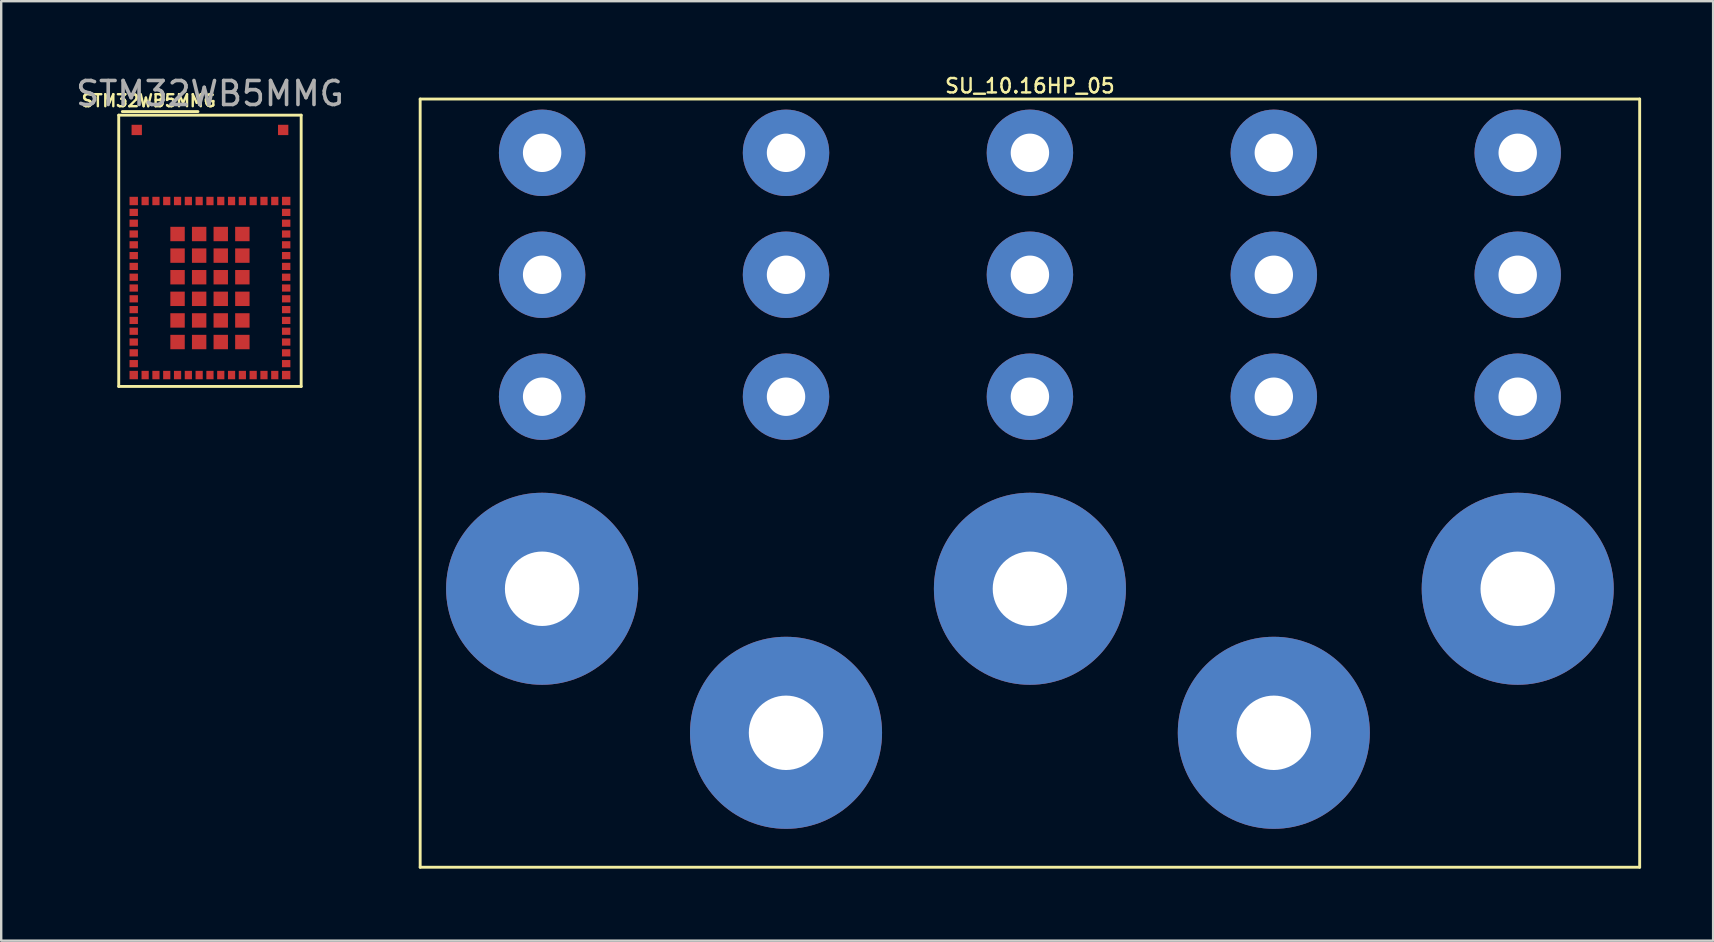
<source format=kicad_pcb>
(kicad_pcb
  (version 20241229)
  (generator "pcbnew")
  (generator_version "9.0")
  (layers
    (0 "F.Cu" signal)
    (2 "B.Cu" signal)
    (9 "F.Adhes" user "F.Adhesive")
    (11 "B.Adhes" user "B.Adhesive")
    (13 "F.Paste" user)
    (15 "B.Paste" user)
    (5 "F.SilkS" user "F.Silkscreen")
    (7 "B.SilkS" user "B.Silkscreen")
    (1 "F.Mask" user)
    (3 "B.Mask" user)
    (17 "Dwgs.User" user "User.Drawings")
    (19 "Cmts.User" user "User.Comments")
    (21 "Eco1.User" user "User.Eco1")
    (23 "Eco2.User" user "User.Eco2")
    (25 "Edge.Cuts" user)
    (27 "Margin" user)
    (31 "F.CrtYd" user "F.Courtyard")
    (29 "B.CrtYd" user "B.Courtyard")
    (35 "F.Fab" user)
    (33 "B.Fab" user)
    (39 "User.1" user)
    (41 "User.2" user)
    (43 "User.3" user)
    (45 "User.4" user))
  (footprint "SU_10.16HP_05"
    (layer "F.Cu")
    (at 39.853 13.476)
    (property "Reference" "SU_10.16HP_05" (at 0 -12.95 0) (layer "F.SilkS") (effects (font (size 0.6 0.6) (thickness 0.1))))
    (attr through_hole)
    (fp_line (start -25.4 -12.4) (end -25.4 19.6) (stroke (width 0.12) (type solid)) (layer "F.SilkS"))
    (fp_line (start -25.4 -12.4) (end 25.4 -12.4) (stroke (width 0.12) (type solid)) (layer "F.SilkS"))
    (fp_line (start -25.4 19.6) (end 25.4 19.6) (stroke (width 0.12) (type solid)) (layer "F.SilkS"))
    (fp_line (start 25.4 -12.4) (end 25.4 19.6) (stroke (width 0.12) (type solid)) (layer "F.SilkS"))
    (pad "1" thru_hole circle (at -20.32 -10.16) (size 3.6 3.6) (drill 1.6) (layers "*.Cu" "*.Mask"))
    (pad "1" thru_hole circle (at -20.32 -5.08) (size 3.6 3.6) (drill 1.6) (layers "*.Cu" "*.Mask"))
    (pad "1" thru_hole circle (at -20.32 0) (size 3.6 3.6) (drill 1.6) (layers "*.Cu" "*.Mask"))
    (pad "1" thru_hole circle (at -20.32 8) (size 8 8) (drill 3.1) (layers "*.Cu" "*.Mask"))
    (pad "2" thru_hole circle (at -10.16 -10.16) (size 3.6 3.6) (drill 1.6) (layers "*.Cu" "*.Mask"))
    (pad "2" thru_hole circle (at -10.16 -5.08) (size 3.6 3.6) (drill 1.6) (layers "*.Cu" "*.Mask"))
    (pad "2" thru_hole circle (at -10.16 0) (size 3.6 3.6) (drill 1.6) (layers "*.Cu" "*.Mask"))
    (pad "2" thru_hole circle (at -10.16 14) (size 8 8) (drill 3.1) (layers "*.Cu" "*.Mask"))
    (pad "3" thru_hole circle (at 0 -10.16) (size 3.6 3.6) (drill 1.6) (layers "*.Cu" "*.Mask"))
    (pad "3" thru_hole circle (at 0 -5.08) (size 3.6 3.6) (drill 1.6) (layers "*.Cu" "*.Mask"))
    (pad "3" thru_hole circle (at 0 0) (size 3.6 3.6) (drill 1.6) (layers "*.Cu" "*.Mask"))
    (pad "3" thru_hole circle (at 0 8) (size 8 8) (drill 3.1) (layers "*.Cu" "*.Mask"))
    (pad "4" thru_hole circle (at 10.16 -10.16) (size 3.6 3.6) (drill 1.6) (layers "*.Cu" "*.Mask"))
    (pad "4" thru_hole circle (at 10.16 -5.08) (size 3.6 3.6) (drill 1.6) (layers "*.Cu" "*.Mask"))
    (pad "4" thru_hole circle (at 10.16 0) (size 3.6 3.6) (drill 1.6) (layers "*.Cu" "*.Mask"))
    (pad "4" thru_hole circle (at 10.16 14) (size 8 8) (drill 3.1) (layers "*.Cu" "*.Mask"))
    (pad "5" thru_hole circle (at 20.32 -10.16) (size 3.6 3.6) (drill 1.6) (layers "*.Cu" "*.Mask"))
    (pad "5" thru_hole circle (at 20.32 -5.08) (size 3.6 3.6) (drill 1.6) (layers "*.Cu" "*.Mask"))
    (pad "5" thru_hole circle (at 20.32 0) (size 3.6 3.6) (drill 1.6) (layers "*.Cu" "*.Mask"))
    (pad "5" thru_hole circle (at 20.32 8) (size 8 8) (drill 3.1) (layers "*.Cu" "*.Mask")))
  (footprint "STM32WB5MMG"
    (layer "F.Cu")
    (at 5.696 1.898)
    (property "Reference" "STM32WB5MMG" (at -2.55 -0.75 0) (unlocked yes) (layer "F.SilkS") (effects (font (size 0.5 0.5) (thickness 0.1))))
    (attr smd)
    (fp_line (start -3.8 -0.15) (end 3.8 -0.15) (stroke (width 0.12) (type solid)) (layer "F.SilkS"))
    (fp_line (start -3.8 11.15) (end -3.8 -0.15) (stroke (width 0.12) (type solid)) (layer "F.SilkS"))
    (fp_line (start -3.65 -0.3) (end -0.5 -0.3) (stroke (width 0.12) (type solid)) (layer "F.SilkS"))
    (fp_line (start 3.8 -0.15) (end 3.8 11.15) (stroke (width 0.12) (type solid)) (layer "F.SilkS"))
    (fp_line (start 3.8 11.15) (end -3.8 11.15) (stroke (width 0.12) (type solid)) (layer "F.SilkS"))
    (fp_line (start -3.65 0) (end -3.65 11) (stroke (width 0.12) (type solid)) (layer "Eco1.User"))
    (fp_line (start -3.65 0) (end 3.65 0) (stroke (width 0.12) (type solid)) (layer "Eco1.User"))
    (fp_line (start -3.65 11) (end 3.65 11) (stroke (width 0.12) (type solid)) (layer "Eco1.User"))
    (fp_line (start 3.65 0) (end 3.65 11) (stroke (width 0.12) (type solid)) (layer "Eco1.User"))
    (fp_text user "${REFERENCE}" (at 0 -1.05 0) (unlocked yes) (layer "F.Fab") (effects (font (size 1 1) (thickness 0.15))))
    (pad "1" smd rect (at -3.175 3.425) (size 0.35 0.35) (layers "F.Cu" "F.Mask" "F.Paste"))
    (pad "2" smd rect (at -3.175 3.9 90) (size 0.3 0.35) (layers "F.Cu" "F.Mask" "F.Paste"))
    (pad "3" smd rect (at -3.175 4.35 90) (size 0.3 0.35) (layers "F.Cu" "F.Mask" "F.Paste"))
    (pad "4" smd rect (at -3.175 4.8 90) (size 0.3 0.35) (layers "F.Cu" "F.Mask" "F.Paste"))
    (pad "5" smd rect (at -3.175 5.25 90) (size 0.3 0.35) (layers "F.Cu" "F.Mask" "F.Paste"))
    (pad "6" smd rect (at -3.175 5.7 90) (size 0.3 0.35) (layers "F.Cu" "F.Mask" "F.Paste"))
    (pad "7" smd rect (at -3.175 6.15 90) (size 0.3 0.35) (layers "F.Cu" "F.Mask" "F.Paste"))
    (pad "8" smd rect (at -3.175 6.6 90) (size 0.3 0.35) (layers "F.Cu" "F.Mask" "F.Paste"))
    (pad "9" smd rect (at -3.175 7.05 90) (size 0.3 0.35) (layers "F.Cu" "F.Mask" "F.Paste"))
    (pad "10" smd rect (at -3.175 7.5 90) (size 0.3 0.35) (layers "F.Cu" "F.Mask" "F.Paste"))
    (pad "11" smd rect (at -3.175 7.95 90) (size 0.3 0.35) (layers "F.Cu" "F.Mask" "F.Paste"))
    (pad "12" smd rect (at -3.175 8.4 90) (size 0.3 0.35) (layers "F.Cu" "F.Mask" "F.Paste"))
    (pad "13" smd rect (at -3.175 8.85 90) (size 0.3 0.35) (layers "F.Cu" "F.Mask" "F.Paste"))
    (pad "14" smd rect (at -3.175 9.3 90) (size 0.3 0.35) (layers "F.Cu" "F.Mask" "F.Paste"))
    (pad "15" smd rect (at -3.175 9.75 90) (size 0.3 0.35) (layers "F.Cu" "F.Mask" "F.Paste"))
    (pad "16" smd rect (at -3.175 10.2 90) (size 0.3 0.35) (layers "F.Cu" "F.Mask" "F.Paste"))
    (pad "17" smd rect (at -3.175 10.675) (size 0.35 0.35) (layers "F.Cu" "F.Mask" "F.Paste"))
    (pad "18" smd rect (at -2.7 10.675) (size 0.3 0.35) (layers "F.Cu" "F.Mask" "F.Paste"))
    (pad "19" smd rect (at -2.25 10.675) (size 0.3 0.35) (layers "F.Cu" "F.Mask" "F.Paste"))
    (pad "20" smd rect (at -1.8 10.675) (size 0.3 0.35) (layers "F.Cu" "F.Mask" "F.Paste"))
    (pad "21" smd rect (at -1.35 10.675) (size 0.3 0.35) (layers "F.Cu" "F.Mask" "F.Paste"))
    (pad "22" smd rect (at -0.9 10.675) (size 0.3 0.35) (layers "F.Cu" "F.Mask" "F.Paste"))
    (pad "23" smd rect (at -0.45 10.675) (size 0.3 0.35) (layers "F.Cu" "F.Mask" "F.Paste"))
    (pad "24" smd rect (at 0 10.675) (size 0.3 0.35) (layers "F.Cu" "F.Mask" "F.Paste"))
    (pad "25" smd rect (at 0.45 10.675) (size 0.3 0.35) (layers "F.Cu" "F.Mask" "F.Paste"))
    (pad "26" smd rect (at 0.9 10.675) (size 0.3 0.35) (layers "F.Cu" "F.Mask" "F.Paste"))
    (pad "27" smd rect (at 1.35 10.675) (size 0.3 0.35) (layers "F.Cu" "F.Mask" "F.Paste"))
    (pad "28" smd rect (at 1.8 10.675) (size 0.3 0.35) (layers "F.Cu" "F.Mask" "F.Paste"))
    (pad "29" smd rect (at 2.25 10.675) (size 0.3 0.35) (layers "F.Cu" "F.Mask" "F.Paste"))
    (pad "30" smd rect (at 2.7 10.675) (size 0.3 0.35) (layers "F.Cu" "F.Mask" "F.Paste"))
    (pad "31" smd rect (at 3.175 10.675) (size 0.35 0.35) (layers "F.Cu" "F.Mask" "F.Paste"))
    (pad "32" smd rect (at 3.175 10.2 90) (size 0.3 0.35) (layers "F.Cu" "F.Mask" "F.Paste"))
    (pad "33" smd rect (at 3.175 9.75 90) (size 0.3 0.35) (layers "F.Cu" "F.Mask" "F.Paste"))
    (pad "34" smd rect (at 3.175 9.3 90) (size 0.3 0.35) (layers "F.Cu" "F.Mask" "F.Paste"))
    (pad "35" smd rect (at 3.175 8.85 90) (size 0.3 0.35) (layers "F.Cu" "F.Mask" "F.Paste"))
    (pad "36" smd rect (at 3.175 8.4 90) (size 0.3 0.35) (layers "F.Cu" "F.Mask" "F.Paste"))
    (pad "37" smd rect (at 3.175 7.95 90) (size 0.3 0.35) (layers "F.Cu" "F.Mask" "F.Paste"))
    (pad "38" smd rect (at 3.175 7.5 90) (size 0.3 0.35) (layers "F.Cu" "F.Mask" "F.Paste"))
    (pad "39" smd rect (at 3.175 7.05 90) (size 0.3 0.35) (layers "F.Cu" "F.Mask" "F.Paste"))
    (pad "40" smd rect (at 3.175 6.6 90) (size 0.3 0.35) (layers "F.Cu" "F.Mask" "F.Paste"))
    (pad "41" smd rect (at 3.175 6.15 90) (size 0.3 0.35) (layers "F.Cu" "F.Mask" "F.Paste"))
    (pad "42" smd rect (at 3.175 5.7 90) (size 0.3 0.35) (layers "F.Cu" "F.Mask" "F.Paste"))
    (pad "43" smd rect (at 3.175 5.25 90) (size 0.3 0.35) (layers "F.Cu" "F.Mask" "F.Paste"))
    (pad "44" smd rect (at 3.175 4.8 90) (size 0.3 0.35) (layers "F.Cu" "F.Mask" "F.Paste"))
    (pad "45" smd rect (at 3.175 4.35 90) (size 0.3 0.35) (layers "F.Cu" "F.Mask" "F.Paste"))
    (pad "46" smd rect (at 3.175 3.9 90) (size 0.3 0.35) (layers "F.Cu" "F.Mask" "F.Paste"))
    (pad "47" smd rect (at 3.175 3.425) (size 0.35 0.35) (layers "F.Cu" "F.Mask" "F.Paste"))
    (pad "48" smd rect (at 2.7 3.425) (size 0.3 0.35) (layers "F.Cu" "F.Mask" "F.Paste"))
    (pad "49" smd rect (at 2.25 3.425) (size 0.3 0.35) (layers "F.Cu" "F.Mask" "F.Paste"))
    (pad "50" smd rect (at 1.8 3.425) (size 0.3 0.35) (layers "F.Cu" "F.Mask" "F.Paste"))
    (pad "51" smd rect (at 1.35 3.425) (size 0.3 0.35) (layers "F.Cu" "F.Mask" "F.Paste"))
    (pad "52" smd rect (at 0.9 3.425) (size 0.3 0.35) (layers "F.Cu" "F.Mask" "F.Paste"))
    (pad "53" smd rect (at 0.45 3.425) (size 0.3 0.35) (layers "F.Cu" "F.Mask" "F.Paste"))
    (pad "54" smd rect (at 0 3.425) (size 0.3 0.35) (layers "F.Cu" "F.Mask" "F.Paste"))
    (pad "55" smd rect (at -0.45 3.425) (size 0.3 0.35) (layers "F.Cu" "F.Mask" "F.Paste"))
    (pad "56" smd rect (at -0.9 3.425) (size 0.3 0.35) (layers "F.Cu" "F.Mask" "F.Paste"))
    (pad "57" smd rect (at -1.35 3.425) (size 0.3 0.35) (layers "F.Cu" "F.Mask" "F.Paste"))
    (pad "58" smd rect (at -1.8 3.425) (size 0.3 0.35) (layers "F.Cu" "F.Mask" "F.Paste"))
    (pad "59" smd rect (at -2.25 3.425) (size 0.3 0.35) (layers "F.Cu" "F.Mask" "F.Paste"))
    (pad "60" smd rect (at -2.7 3.425) (size 0.3 0.35) (layers "F.Cu" "F.Mask" "F.Paste"))
    (pad "61" smd rect (at -1.35 4.8) (size 0.6 0.6) (layers "F.Cu" "F.Mask" "F.Paste"))
    (pad "62" smd rect (at -1.35 5.7) (size 0.6 0.6) (layers "F.Cu" "F.Mask" "F.Paste"))
    (pad "63" smd rect (at -1.35 6.6) (size 0.6 0.6) (layers "F.Cu" "F.Mask" "F.Paste"))
    (pad "64" smd rect (at -1.35 7.5) (size 0.6 0.6) (layers "F.Cu" "F.Mask" "F.Paste"))
    (pad "65" smd rect (at -1.35 8.4) (size 0.6 0.6) (layers "F.Cu" "F.Mask" "F.Paste"))
    (pad "66" smd rect (at -1.35 9.3) (size 0.6 0.6) (layers "F.Cu" "F.Mask" "F.Paste"))
    (pad "67" smd rect (at -0.45 9.3) (size 0.6 0.6) (layers "F.Cu" "F.Mask" "F.Paste"))
    (pad "68" smd rect (at 0.45 9.3) (size 0.6 0.6) (layers "F.Cu" "F.Mask" "F.Paste"))
    (pad "69" smd rect (at 1.35 9.3) (size 0.6 0.6) (layers "F.Cu" "F.Mask" "F.Paste"))
    (pad "70" smd rect (at 1.35 8.4) (size 0.6 0.6) (layers "F.Cu" "F.Mask" "F.Paste"))
    (pad "71" smd rect (at 1.35 7.5) (size 0.6 0.6) (layers "F.Cu" "F.Mask" "F.Paste"))
    (pad "72" smd rect (at 1.35 6.6) (size 0.6 0.6) (layers "F.Cu" "F.Mask" "F.Paste"))
    (pad "73" smd rect (at 1.35 5.7) (size 0.6 0.6) (layers "F.Cu" "F.Mask" "F.Paste"))
    (pad "74" smd rect (at 1.35 4.8) (size 0.6 0.6) (layers "F.Cu" "F.Mask" "F.Paste"))
    (pad "75" smd rect (at 0.45 4.8) (size 0.6 0.6) (layers "F.Cu" "F.Mask" "F.Paste"))
    (pad "76" smd rect (at -0.45 4.8) (size 0.6 0.6) (layers "F.Cu" "F.Mask" "F.Paste"))
    (pad "77" smd rect (at -0.45 5.7) (size 0.6 0.6) (layers "F.Cu" "F.Mask" "F.Paste"))
    (pad "78" smd rect (at -0.45 6.6) (size 0.6 0.6) (layers "F.Cu" "F.Mask" "F.Paste"))
    (pad "79" smd rect (at -0.45 7.5) (size 0.6 0.6) (layers "F.Cu" "F.Mask" "F.Paste"))
    (pad "80" smd rect (at -0.45 8.4) (size 0.6 0.6) (layers "F.Cu" "F.Mask" "F.Paste"))
    (pad "81" smd rect (at 0.45 8.4) (size 0.6 0.6) (layers "F.Cu" "F.Mask" "F.Paste"))
    (pad "82" smd rect (at 0.45 7.5) (size 0.6 0.6) (layers "F.Cu" "F.Mask" "F.Paste"))
    (pad "83" smd rect (at 0.45 6.6) (size 0.6 0.6) (layers "F.Cu" "F.Mask" "F.Paste"))
    (pad "84" smd rect (at 0.45 5.7) (size 0.6 0.6) (layers "F.Cu" "F.Mask" "F.Paste"))
    (pad "85" smd rect (at 3.05 0.465) (size 0.43 0.43) (layers "F.Cu" "F.Mask" "F.Paste"))
    (pad "86" smd rect (at -3.05 0.465) (size 0.43 0.43) (layers "F.Cu" "F.Mask" "F.Paste")))
  (gr_rect
    (start -3 -3)
    (end 68.313 36.136)
    (stroke (width 0.1) (type default))
    (fill no)
    (layer "Edge.Cuts")))
</source>
